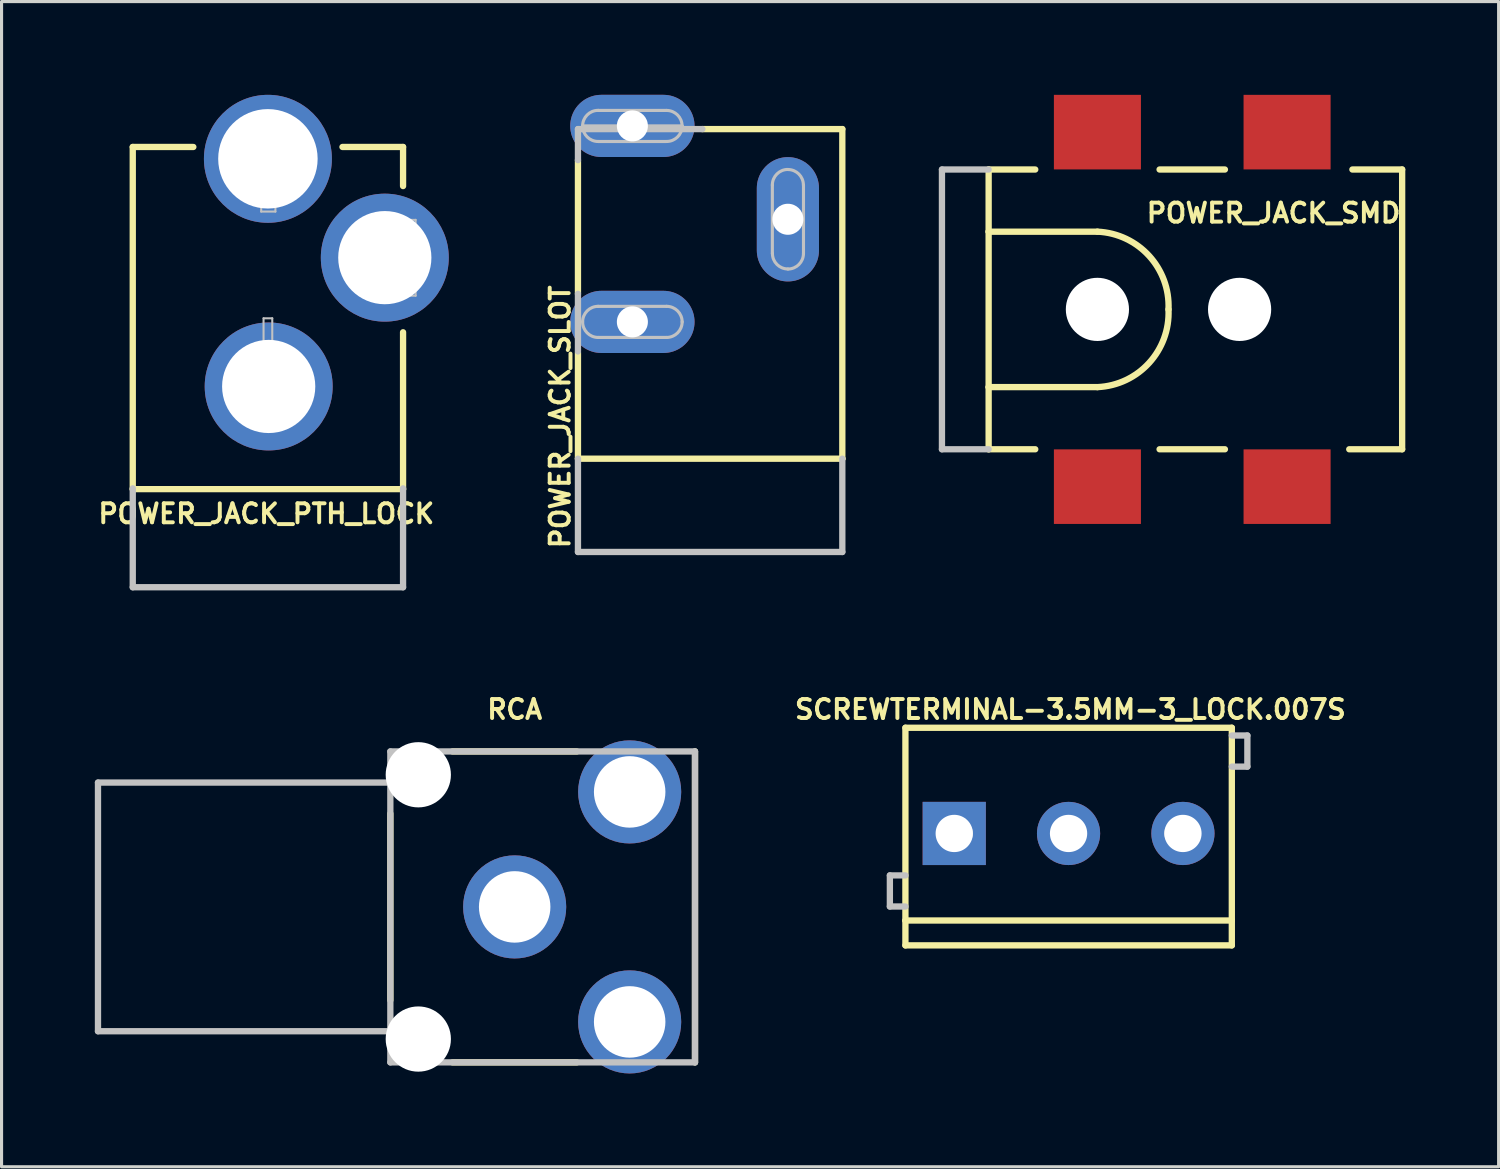
<source format=kicad_pcb>
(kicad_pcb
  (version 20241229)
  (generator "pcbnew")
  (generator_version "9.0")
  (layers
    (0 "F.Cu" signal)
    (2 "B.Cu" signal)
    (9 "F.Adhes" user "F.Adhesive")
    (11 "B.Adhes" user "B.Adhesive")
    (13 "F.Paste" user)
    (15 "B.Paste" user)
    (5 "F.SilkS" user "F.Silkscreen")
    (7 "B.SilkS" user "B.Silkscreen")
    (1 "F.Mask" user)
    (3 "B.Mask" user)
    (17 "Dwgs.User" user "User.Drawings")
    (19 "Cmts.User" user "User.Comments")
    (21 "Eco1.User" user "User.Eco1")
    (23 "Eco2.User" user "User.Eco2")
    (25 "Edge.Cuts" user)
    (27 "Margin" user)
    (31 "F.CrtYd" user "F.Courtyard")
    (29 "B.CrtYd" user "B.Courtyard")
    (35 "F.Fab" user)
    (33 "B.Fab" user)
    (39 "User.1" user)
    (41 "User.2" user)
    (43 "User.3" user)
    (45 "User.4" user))
  (footprint "RCA"
    (layer "F.Cu")
    (at 13.5 26.113)
    (property "Reference" "RCA" (at 0 -6.35 0) (layer "F.SilkS") (effects (font (size 0.61 0.61) (thickness 0.127))))
    (attr exclude_from_pos_files exclude_from_bom)
    (fp_line (start -3.998 -3) (end -3.998 3) (stroke (width 0.203) (type solid)) (layer "F.SilkS"))
    (fp_line (start -1.999 -4.999) (end 1.999 -4.999) (stroke (width 0.203) (type solid)) (layer "F.SilkS"))
    (fp_line (start -1.999 4.999) (end 1.999 4.999) (stroke (width 0.203) (type solid)) (layer "F.SilkS"))
    (fp_line (start 5.799 -4.999) (end 5.799 4.999) (stroke (width 0.203) (type solid)) (layer "F.SilkS"))
    (fp_line (start -13.399 -3.998) (end -13.399 3.998) (stroke (width 0.203) (type solid)) (layer "Dwgs.User"))
    (fp_line (start -13.399 3.998) (end -3.998 3.998) (stroke (width 0.203) (type solid)) (layer "Dwgs.User"))
    (fp_line (start -3.998 -4.999) (end -3.998 4.999) (stroke (width 0.203) (type solid)) (layer "Dwgs.User"))
    (fp_line (start -3.998 -3.998) (end -13.399 -3.998) (stroke (width 0.203) (type solid)) (layer "Dwgs.User"))
    (fp_line (start -3.998 4.999) (end 5.799 4.999) (stroke (width 0.203) (type solid)) (layer "Dwgs.User"))
    (fp_line (start 5.799 -4.999) (end -3.998 -4.999) (stroke (width 0.203) (type solid)) (layer "Dwgs.User"))
    (fp_line (start 5.799 4.999) (end 5.799 -4.999) (stroke (width 0.203) (type solid)) (layer "Dwgs.User"))
    (pad "" np_thru_hole circle (at -3.099 -4.249) (size 2.098 2.098) (drill 2.098) (layers "*.Cu" "*.Mask"))
    (pad "" np_thru_hole circle (at -3.099 4.249) (size 2.098 2.098) (drill 2.098) (layers "*.Cu" "*.Mask"))
    (pad "PIN" thru_hole circle (at 3.698 -3.698) (size 3.315 3.315) (drill 2.299) (layers "*.Cu" "*.Paste" "*.Mask"))
    (pad "SHEL" thru_hole circle (at 0 0) (size 3.315 3.315) (drill 2.299) (layers "*.Cu" "*.Paste" "*.Mask"))
    (pad "SWIT" thru_hole circle (at 3.698 3.698) (size 3.315 3.315) (drill 2.299) (layers "*.Cu" "*.Paste" "*.Mask")))
  (footprint "POWER_JACK_SLOT"
    (layer "F.Cu")
    (at 14.707 14.799)
    (property "Reference" "POWER_JACK_SLOT" (at 0.254 -4.445 90) (layer "F.SilkS") (effects (font (size 0.61 0.61) (thickness 0.127))))
    (attr exclude_from_pos_files exclude_from_bom)
    (fp_line (start 0.828 -12.7) (end 0.828 -8.4) (stroke (width 0.203) (type solid)) (layer "F.SilkS"))
    (fp_line (start 0.828 -6.507) (end 0.828 -3.099) (stroke (width 0.203) (type solid)) (layer "F.SilkS"))
    (fp_line (start 0.828 -3.099) (end 9.329 -3.099) (stroke (width 0.203) (type solid)) (layer "F.SilkS"))
    (fp_line (start 9.329 -13.698) (end 4.829 -13.698) (stroke (width 0.203) (type solid)) (layer "F.SilkS"))
    (fp_line (start 9.329 -3.099) (end 9.279 -3.099) (stroke (width 0.203) (type solid)) (layer "F.SilkS"))
    (fp_line (start 9.329 -3.099) (end 9.329 -13.698) (stroke (width 0.203) (type solid)) (layer "F.SilkS"))
    (fp_line (start 0.828 -13.698) (end 0.828 -12.7) (stroke (width 0.203) (type solid)) (layer "Dwgs.User"))
    (fp_line (start 0.828 -8.4) (end 0.828 -6.548) (stroke (width 0.203) (type solid)) (layer "Dwgs.User"))
    (fp_line (start 0.828 -3.099) (end 0.828 -0.099) (stroke (width 0.203) (type solid)) (layer "Dwgs.User"))
    (fp_line (start 0.978 -13.8) (end 4.178 -13.8) (stroke (width 0.1) (type solid)) (layer "Dwgs.User"))
    (fp_line (start 1.478 -14.298) (end 3.678 -14.298) (stroke (width 0.1) (type solid)) (layer "Dwgs.User"))
    (fp_line (start 1.478 -7.998) (end 3.678 -7.998) (stroke (width 0.1) (type solid)) (layer "Dwgs.User"))
    (fp_line (start 3.678 -13.299) (end 1.478 -13.299) (stroke (width 0.1) (type solid)) (layer "Dwgs.User"))
    (fp_line (start 3.678 -6.998) (end 1.478 -6.998) (stroke (width 0.1) (type solid)) (layer "Dwgs.User"))
    (fp_line (start 4.829 -13.698) (end 0.828 -13.698) (stroke (width 0.203) (type solid)) (layer "Dwgs.User"))
    (fp_line (start 7.079 -9.698) (end 7.079 -11.9) (stroke (width 0.1) (type solid)) (layer "Dwgs.User"))
    (fp_line (start 8.08 -11.9) (end 8.08 -9.698) (stroke (width 0.1) (type solid)) (layer "Dwgs.User"))
    (fp_line (start 9.329 -0.099) (end 0.828 -0.099) (stroke (width 0.203) (type solid)) (layer "Dwgs.User"))
    (fp_line (start 9.329 -0.099) (end 9.329 -3.099) (stroke (width 0.203) (type solid)) (layer "Dwgs.User"))
    (fp_arc (start 0.9779 -13.79982) (mid 1.124458 -14.153642) (end 1.47828 -14.3002) (stroke (width 0.1) (type solid)) (layer "Dwgs.User"))
    (fp_arc (start 0.9779 -7.49808) (mid 1.124458 -7.851902) (end 1.47828 -7.99846) (stroke (width 0.1) (type solid)) (layer "Dwgs.User"))
    (fp_arc (start 1.47828 -13.29944) (mid 1.124458 -13.445998) (end 0.9779 -13.79982) (stroke (width 0.1) (type solid)) (layer "Dwgs.User"))
    (fp_arc (start 1.47828 -6.9977) (mid 1.124458 -7.144258) (end 0.9779 -7.49808) (stroke (width 0.1) (type solid)) (layer "Dwgs.User"))
    (fp_arc (start 3.67792 -14.29766) (mid 4.029946 -14.151846) (end 4.17576 -13.79982) (stroke (width 0.1) (type solid)) (layer "Dwgs.User"))
    (fp_arc (start 3.67792 -7.99846) (mid 4.031742 -7.851902) (end 4.1783 -7.49808) (stroke (width 0.1) (type solid)) (layer "Dwgs.User"))
    (fp_arc (start 4.1783 -13.79982) (mid 4.031742 -13.445998) (end 3.67792 -13.29944) (stroke (width 0.1) (type solid)) (layer "Dwgs.User"))
    (fp_arc (start 4.1783 -7.49808) (mid 4.031742 -7.144258) (end 3.67792 -6.9977) (stroke (width 0.1) (type solid)) (layer "Dwgs.User"))
    (fp_arc (start 7.07898 -11.8999) (mid 7.225538 -12.253722) (end 7.57936 -12.40028) (stroke (width 0.1) (type solid)) (layer "Dwgs.User"))
    (fp_arc (start 7.57936 -12.39774) (mid 7.931386 -12.251926) (end 8.0772 -11.8999) (stroke (width 0.1) (type solid)) (layer "Dwgs.User"))
    (fp_arc (start 7.57936 -9.19988) (mid 7.227334 -9.345694) (end 7.08152 -9.69772) (stroke (width 0.1) (type solid)) (layer "Dwgs.User"))
    (fp_arc (start 8.07974 -9.69772) (mid 7.933182 -9.343898) (end 7.57936 -9.19734) (stroke (width 0.1) (type solid)) (layer "Dwgs.User"))
    (pad "GND@" thru_hole oval (at 2.578 -7.498 90) (size 1.999 3.998) (drill 0.998) (layers "*.Cu" "*.Paste" "*.Mask"))
    (pad "GND@" thru_hole oval (at 7.579 -10.798 180) (size 1.999 3.998) (drill 0.998) (layers "*.Cu" "*.Paste" "*.Mask"))
    (pad "PWR" thru_hole oval (at 2.578 -13.8 90) (size 1.999 3.998) (drill 0.998) (layers "*.Cu" "*.Paste" "*.Mask")))
  (footprint "POWER_JACK_PTH_LOCK"
    (layer "F.Cu")
    (at 5.565 15.933)
    (property "Reference" "POWER_JACK_PTH_LOCK" (at -0.051 -2.464 0) (layer "F.SilkS") (effects (font (size 0.61 0.61) (thickness 0.127))))
    (attr exclude_from_pos_files exclude_from_bom)
    (fp_line (start -4.346 -14.257) (end -2.398 -14.257) (stroke (width 0.203) (type solid)) (layer "F.SilkS"))
    (fp_line (start -4.346 -3.254) (end -4.346 -14.257) (stroke (width 0.203) (type solid)) (layer "F.SilkS"))
    (fp_line (start -4.346 -3.254) (end 4.346 -3.254) (stroke (width 0.203) (type solid)) (layer "F.SilkS"))
    (fp_line (start 4.346 -14.257) (end 2.398 -14.257) (stroke (width 0.203) (type solid)) (layer "F.SilkS"))
    (fp_line (start 4.346 -14.257) (end 4.346 -13) (stroke (width 0.203) (type solid)) (layer "F.SilkS"))
    (fp_line (start 4.346 -3.254) (end 4.346 -8.298) (stroke (width 0.203) (type solid)) (layer "F.SilkS"))
    (fp_line (start -4.346 -3.279) (end -4.346 -0.099) (stroke (width 0.203) (type solid)) (layer "Dwgs.User"))
    (fp_line (start -0.216 -15.1) (end 0.241 -15.1) (stroke (width 0.066) (type solid)) (layer "Dwgs.User"))
    (fp_line (start -0.216 -12.179) (end -0.216 -15.1) (stroke (width 0.066) (type solid)) (layer "Dwgs.User"))
    (fp_line (start -0.216 -12.179) (end 0.241 -12.179) (stroke (width 0.066) (type solid)) (layer "Dwgs.User"))
    (fp_line (start -0.14 -8.748) (end 0.14 -8.748) (stroke (width 0.066) (type solid)) (layer "Dwgs.User"))
    (fp_line (start -0.14 -6.312) (end -0.14 -8.748) (stroke (width 0.066) (type solid)) (layer "Dwgs.User"))
    (fp_line (start -0.14 -6.312) (end 0.14 -6.312) (stroke (width 0.066) (type solid)) (layer "Dwgs.User"))
    (fp_line (start 0.14 -6.312) (end 0.14 -8.748) (stroke (width 0.066) (type solid)) (layer "Dwgs.User"))
    (fp_line (start 0.241 -12.179) (end 0.241 -15.1) (stroke (width 0.066) (type solid)) (layer "Dwgs.User"))
    (fp_line (start 4.346 -0.099) (end -4.346 -0.099) (stroke (width 0.203) (type solid)) (layer "Dwgs.User"))
    (fp_line (start 4.346 -0.099) (end 4.346 -3.279) (stroke (width 0.203) (type solid)) (layer "Dwgs.User"))
    (fp_line (start 4.47 -11.913) (end 4.75 -11.913) (stroke (width 0.066) (type solid)) (layer "Dwgs.User"))
    (fp_line (start 4.47 -9.474) (end 4.47 -11.913) (stroke (width 0.066) (type solid)) (layer "Dwgs.User"))
    (fp_line (start 4.47 -9.474) (end 4.75 -9.474) (stroke (width 0.066) (type solid)) (layer "Dwgs.User"))
    (fp_line (start 4.75 -9.474) (end 4.75 -11.913) (stroke (width 0.066) (type solid)) (layer "Dwgs.User"))
    (pad "GND" thru_hole circle (at 0.025 -6.556) (size 4.115 4.115) (drill 2.997) (layers "*.Cu" "*.Paste" "*.Mask"))
    (pad "GNDB" thru_hole circle (at 3.759 -10.698) (size 4.115 4.115) (drill 2.997) (layers "*.Cu" "*.Paste" "*.Mask"))
    (pad "PWR" thru_hole circle (at 0 -13.876) (size 4.115 4.115) (drill 3.198) (layers "*.Cu" "*.Paste" "*.Mask")))
  (footprint "SCREWTERMINAL-3.5MM-3_LOCK.007S"
    (layer "F.Cu")
    (at 27.813 23.751)
    (property "Reference" "SCREWTERMINAL-3.5MM-3_LOCK.007S" (at 3.556 -3.988 0) (layer "F.SilkS") (effects (font (size 0.61 0.61) (thickness 0.127))))
    (attr exclude_from_pos_files exclude_from_bom)
    (fp_line (start -1.748 -3.399) (end 8.748 -3.399) (stroke (width 0.203) (type solid)) (layer "F.SilkS"))
    (fp_line (start -1.748 2.799) (end -1.748 -3.399) (stroke (width 0.203) (type solid)) (layer "F.SilkS"))
    (fp_line (start -1.748 3.599) (end -1.748 2.799) (stroke (width 0.203) (type solid)) (layer "F.SilkS"))
    (fp_line (start 8.748 -3.399) (end 8.748 2.799) (stroke (width 0.203) (type solid)) (layer "F.SilkS"))
    (fp_line (start 8.748 2.799) (end -1.748 2.799) (stroke (width 0.203) (type solid)) (layer "F.SilkS"))
    (fp_line (start 8.748 2.799) (end 8.748 3.599) (stroke (width 0.203) (type solid)) (layer "F.SilkS"))
    (fp_line (start 8.748 3.599) (end -1.748 3.599) (stroke (width 0.203) (type solid)) (layer "F.SilkS"))
    (fp_line (start -2.248 1.349) (end -2.248 2.349) (stroke (width 0.203) (type solid)) (layer "Dwgs.User"))
    (fp_line (start -2.248 2.349) (end -1.748 2.349) (stroke (width 0.203) (type solid)) (layer "Dwgs.User"))
    (fp_line (start -1.748 1.349) (end -2.248 1.349) (stroke (width 0.203) (type solid)) (layer "Dwgs.User"))
    (fp_line (start 8.748 -3.15) (end 9.248 -3.15) (stroke (width 0.203) (type solid)) (layer "Dwgs.User"))
    (fp_line (start 9.248 -3.15) (end 9.248 -2.149) (stroke (width 0.203) (type solid)) (layer "Dwgs.User"))
    (fp_line (start 9.248 -2.149) (end 8.748 -2.149) (stroke (width 0.203) (type solid)) (layer "Dwgs.User"))
    (fp_circle (center 0 0) (end 0 -0.424) (stroke (width 0) (type solid)) (fill yes) (layer "Dwgs.User"))
    (fp_circle (center 3.498 0) (end 3.498 -0.424) (stroke (width 0) (type solid)) (fill yes) (layer "Dwgs.User"))
    (fp_circle (center 6.998 0) (end 6.998 -0.424) (stroke (width 0) (type solid)) (fill yes) (layer "Dwgs.User"))
    (pad "1" thru_hole rect (at -0.178 0) (size 2.032 2.032) (drill 1.199) (layers "*.Cu" "*.Paste" "*.Mask"))
    (pad "2" thru_hole circle (at 3.498 0) (size 2.032 2.032) (drill 1.199) (layers "*.Cu" "*.Paste" "*.Mask"))
    (pad "3" thru_hole circle (at 7.176 0) (size 2.032 2.032) (drill 1.199) (layers "*.Cu" "*.Paste" "*.Mask")))
  (footprint "POWER_JACK_SMD"
    (layer "F.Cu")
    (at 32.239 6.899)
    (property "Reference" "POWER_JACK_SMD" (at 5.664 -3.099 0) (layer "F.SilkS") (effects (font (size 0.61 0.61) (thickness 0.127))))
    (attr smd)
    (fp_line (start -3.498 -4.498) (end -3.498 -2.499) (stroke (width 0.203) (type solid)) (layer "F.SilkS"))
    (fp_line (start -3.498 -4.498) (end -1.999 -4.498) (stroke (width 0.203) (type solid)) (layer "F.SilkS"))
    (fp_line (start -3.498 -2.499) (end -3.498 2.499) (stroke (width 0.203) (type solid)) (layer "F.SilkS"))
    (fp_line (start -3.498 -2.499) (end 0 -2.499) (stroke (width 0.203) (type solid)) (layer "F.SilkS"))
    (fp_line (start -3.498 2.499) (end -3.498 4.498) (stroke (width 0.203) (type solid)) (layer "F.SilkS"))
    (fp_line (start -1.999 4.498) (end -3.498 4.498) (stroke (width 0.203) (type solid)) (layer "F.SilkS"))
    (fp_line (start 0 2.499) (end -3.498 2.499) (stroke (width 0.203) (type solid)) (layer "F.SilkS"))
    (fp_line (start 1.999 -4.498) (end 4.1 -4.498) (stroke (width 0.203) (type solid)) (layer "F.SilkS"))
    (fp_line (start 4.1 4.498) (end 1.999 4.498) (stroke (width 0.203) (type solid)) (layer "F.SilkS"))
    (fp_line (start 8.199 -4.498) (end 9.799 -4.498) (stroke (width 0.203) (type solid)) (layer "F.SilkS"))
    (fp_line (start 9.799 -4.498) (end 9.799 4.498) (stroke (width 0.203) (type solid)) (layer "F.SilkS"))
    (fp_line (start 9.799 4.498) (end 8.098 4.498) (stroke (width 0.203) (type solid)) (layer "F.SilkS"))
    (fp_arc (start 0 -2.49936) (mid 1.660634 -1.723126) (end 2.286 0) (stroke (width 0.2032) (type solid)) (layer "F.SilkS"))
    (fp_arc (start 2.286 0) (mid 1.660634 1.723126) (end 0 2.49936) (stroke (width 0.2032) (type solid)) (layer "F.SilkS"))
    (fp_line (start -4.999 -4.498) (end -4.999 4.498) (stroke (width 0.203) (type solid)) (layer "Dwgs.User"))
    (fp_line (start -4.999 -4.498) (end -3.498 -4.498) (stroke (width 0.203) (type solid)) (layer "Dwgs.User"))
    (fp_line (start -3.498 4.498) (end -4.999 4.498) (stroke (width 0.203) (type solid)) (layer "Dwgs.User"))
    (pad "" np_thru_hole circle (at 0 0) (size 2.032 2.032) (drill 2.032) (layers "*.Cu" "*.Mask"))
    (pad "" np_thru_hole circle (at 4.572 0) (size 2.032 2.032) (drill 2.032) (layers "*.Cu" "*.Mask"))
    (pad "GND" smd rect (at 0 5.7) (size 2.799 2.398) (layers "F.Cu" "F.Mask" "F.Paste"))
    (pad "P$4" smd rect (at 6.099 5.7) (size 2.799 2.398) (layers "F.Cu" "F.Mask" "F.Paste"))
    (pad "VIN0" smd rect (at 0 -5.7) (size 2.799 2.398) (layers "F.Cu" "F.Mask" "F.Paste"))
    (pad "VIN1" smd rect (at 6.099 -5.7) (size 2.799 2.398) (layers "F.Cu" "F.Mask" "F.Paste")))
  (gr_rect
    (start -3 -3)
    (end 45.14 34.469)
    (stroke (width 0.1) (type default))
    (fill no)
    (layer "Edge.Cuts")))
</source>
